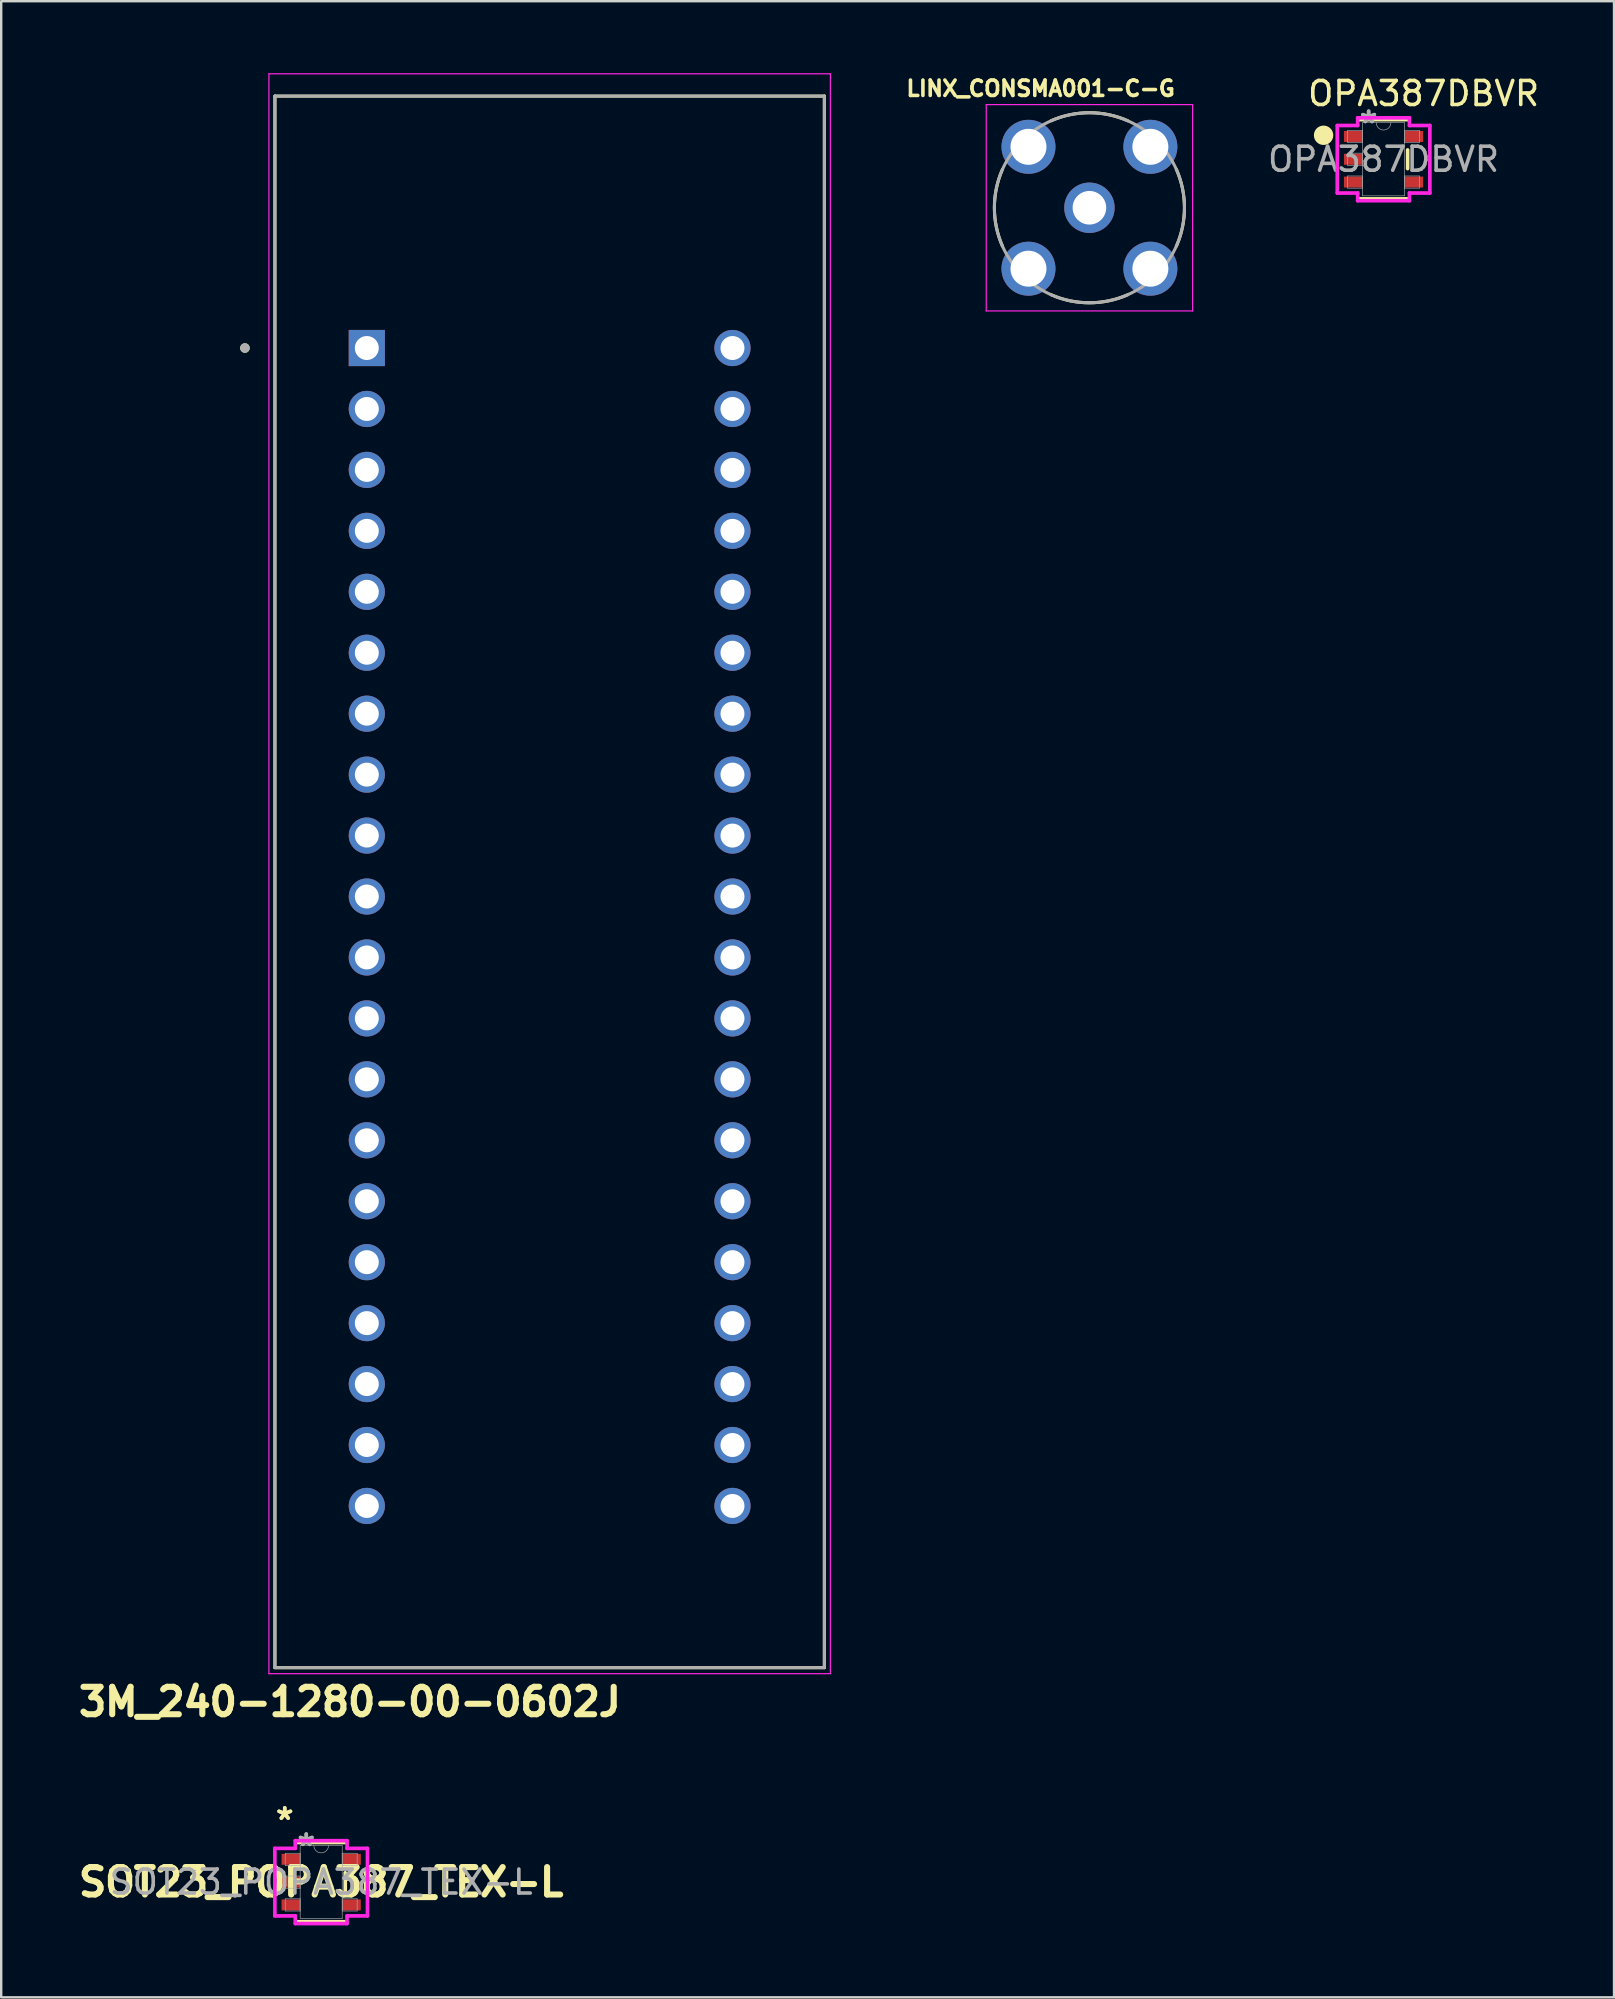
<source format=kicad_pcb>
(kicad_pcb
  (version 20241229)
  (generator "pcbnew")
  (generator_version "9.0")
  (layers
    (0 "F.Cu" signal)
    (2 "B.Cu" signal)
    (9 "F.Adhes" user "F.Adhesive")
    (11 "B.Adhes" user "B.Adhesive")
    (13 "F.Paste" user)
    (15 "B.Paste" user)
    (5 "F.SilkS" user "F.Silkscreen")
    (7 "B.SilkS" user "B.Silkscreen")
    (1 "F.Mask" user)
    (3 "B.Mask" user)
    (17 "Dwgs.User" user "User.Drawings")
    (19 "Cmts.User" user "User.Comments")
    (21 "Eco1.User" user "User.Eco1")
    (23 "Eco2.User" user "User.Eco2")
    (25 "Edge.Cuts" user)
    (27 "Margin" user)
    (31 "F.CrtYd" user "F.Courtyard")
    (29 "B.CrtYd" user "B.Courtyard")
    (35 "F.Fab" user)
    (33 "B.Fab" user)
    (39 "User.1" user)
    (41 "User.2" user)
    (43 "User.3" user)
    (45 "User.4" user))
  (footprint "3M_240-1280-00-0602J"
    (layer "F.Cu")
    (at 19.858 35.585)
    (property "Reference" "3M_240-1280-00-0602J" (at -8.325 32.295 0) (layer "F.SilkS") (effects (font (size 1.143 1.143) (thickness 0.254))))
    (attr through_hole)
    (fp_line (start -11.45 -34.63) (end -11.45 30.87) (stroke (width 0.127) (type solid)) (layer "F.SilkS"))
    (fp_line (start -11.45 30.87) (end 11.45 30.87) (stroke (width 0.127) (type solid)) (layer "F.SilkS"))
    (fp_line (start 11.45 -34.63) (end -11.45 -34.63) (stroke (width 0.127) (type solid)) (layer "F.SilkS"))
    (fp_line (start 11.45 30.87) (end 11.45 -34.63) (stroke (width 0.127) (type solid)) (layer "F.SilkS"))
    (fp_circle (center -12.7 -24.13) (end -12.6 -24.13) (stroke (width 0.2) (type solid)) (fill no) (layer "F.SilkS"))
    (fp_line (start -11.7 -35.56) (end 11.7 -35.56) (stroke (width 0.05) (type solid)) (layer "F.CrtYd"))
    (fp_line (start -11.7 31.12) (end -11.7 -35.56) (stroke (width 0.05) (type solid)) (layer "F.CrtYd"))
    (fp_line (start 11.7 -35.56) (end 11.7 31.12) (stroke (width 0.05) (type solid)) (layer "F.CrtYd"))
    (fp_line (start 11.7 31.12) (end -11.7 31.12) (stroke (width 0.05) (type solid)) (layer "F.CrtYd"))
    (fp_line (start -11.45 -34.63) (end -11.45 30.87) (stroke (width 0.127) (type solid)) (layer "F.Fab"))
    (fp_line (start -11.45 30.87) (end 11.45 30.87) (stroke (width 0.127) (type solid)) (layer "F.Fab"))
    (fp_line (start 11.45 -34.63) (end -11.45 -34.63) (stroke (width 0.127) (type solid)) (layer "F.Fab"))
    (fp_line (start 11.45 30.87) (end 11.45 -34.63) (stroke (width 0.127) (type solid)) (layer "F.Fab"))
    (fp_circle (center -12.7 -24.13) (end -12.6 -24.13) (stroke (width 0.2) (type solid)) (fill no) (layer "F.Fab"))
    (pad "1" thru_hole rect (at -7.62 -24.13) (size 1.508 1.508) (drill 1) (layers "*.Cu" "*.Mask"))
    (pad "2" thru_hole circle (at -7.62 -21.59) (size 1.508 1.508) (drill 1) (layers "*.Cu" "*.Mask"))
    (pad "3" thru_hole circle (at -7.62 -19.05) (size 1.508 1.508) (drill 1) (layers "*.Cu" "*.Mask"))
    (pad "4" thru_hole circle (at -7.62 -16.51) (size 1.508 1.508) (drill 1) (layers "*.Cu" "*.Mask"))
    (pad "5" thru_hole circle (at -7.62 -13.97) (size 1.508 1.508) (drill 1) (layers "*.Cu" "*.Mask"))
    (pad "6" thru_hole circle (at -7.62 -11.43) (size 1.508 1.508) (drill 1) (layers "*.Cu" "*.Mask"))
    (pad "7" thru_hole circle (at -7.62 -8.89) (size 1.508 1.508) (drill 1) (layers "*.Cu" "*.Mask"))
    (pad "8" thru_hole circle (at -7.62 -6.35) (size 1.508 1.508) (drill 1) (layers "*.Cu" "*.Mask"))
    (pad "9" thru_hole circle (at -7.62 -3.81) (size 1.508 1.508) (drill 1) (layers "*.Cu" "*.Mask"))
    (pad "10" thru_hole circle (at -7.62 -1.27) (size 1.508 1.508) (drill 1) (layers "*.Cu" "*.Mask"))
    (pad "11" thru_hole circle (at -7.62 1.27) (size 1.508 1.508) (drill 1) (layers "*.Cu" "*.Mask"))
    (pad "12" thru_hole circle (at -7.62 3.81) (size 1.508 1.508) (drill 1) (layers "*.Cu" "*.Mask"))
    (pad "13" thru_hole circle (at -7.62 6.35) (size 1.508 1.508) (drill 1) (layers "*.Cu" "*.Mask"))
    (pad "14" thru_hole circle (at -7.62 8.89) (size 1.508 1.508) (drill 1) (layers "*.Cu" "*.Mask"))
    (pad "15" thru_hole circle (at -7.62 11.43) (size 1.508 1.508) (drill 1) (layers "*.Cu" "*.Mask"))
    (pad "16" thru_hole circle (at -7.62 13.97) (size 1.508 1.508) (drill 1) (layers "*.Cu" "*.Mask"))
    (pad "17" thru_hole circle (at -7.62 16.51) (size 1.508 1.508) (drill 1) (layers "*.Cu" "*.Mask"))
    (pad "18" thru_hole circle (at -7.62 19.05) (size 1.508 1.508) (drill 1) (layers "*.Cu" "*.Mask"))
    (pad "19" thru_hole circle (at -7.62 21.59) (size 1.508 1.508) (drill 1) (layers "*.Cu" "*.Mask"))
    (pad "20" thru_hole circle (at -7.62 24.13) (size 1.508 1.508) (drill 1) (layers "*.Cu" "*.Mask"))
    (pad "21" thru_hole circle (at 7.62 24.13) (size 1.508 1.508) (drill 1) (layers "*.Cu" "*.Mask"))
    (pad "22" thru_hole circle (at 7.62 21.59) (size 1.508 1.508) (drill 1) (layers "*.Cu" "*.Mask"))
    (pad "23" thru_hole circle (at 7.62 19.05) (size 1.508 1.508) (drill 1) (layers "*.Cu" "*.Mask"))
    (pad "24" thru_hole circle (at 7.62 16.51) (size 1.508 1.508) (drill 1) (layers "*.Cu" "*.Mask"))
    (pad "25" thru_hole circle (at 7.62 13.97) (size 1.508 1.508) (drill 1) (layers "*.Cu" "*.Mask"))
    (pad "26" thru_hole circle (at 7.62 11.43) (size 1.508 1.508) (drill 1) (layers "*.Cu" "*.Mask"))
    (pad "27" thru_hole circle (at 7.62 8.89) (size 1.508 1.508) (drill 1) (layers "*.Cu" "*.Mask"))
    (pad "28" thru_hole circle (at 7.62 6.35) (size 1.508 1.508) (drill 1) (layers "*.Cu" "*.Mask"))
    (pad "29" thru_hole circle (at 7.62 3.81) (size 1.508 1.508) (drill 1) (layers "*.Cu" "*.Mask"))
    (pad "30" thru_hole circle (at 7.62 1.27) (size 1.508 1.508) (drill 1) (layers "*.Cu" "*.Mask"))
    (pad "31" thru_hole circle (at 7.62 -1.27) (size 1.508 1.508) (drill 1) (layers "*.Cu" "*.Mask"))
    (pad "32" thru_hole circle (at 7.62 -3.81) (size 1.508 1.508) (drill 1) (layers "*.Cu" "*.Mask"))
    (pad "33" thru_hole circle (at 7.62 -6.35) (size 1.508 1.508) (drill 1) (layers "*.Cu" "*.Mask"))
    (pad "34" thru_hole circle (at 7.62 -8.89) (size 1.508 1.508) (drill 1) (layers "*.Cu" "*.Mask"))
    (pad "35" thru_hole circle (at 7.62 -11.43) (size 1.508 1.508) (drill 1) (layers "*.Cu" "*.Mask"))
    (pad "36" thru_hole circle (at 7.62 -13.97) (size 1.508 1.508) (drill 1) (layers "*.Cu" "*.Mask"))
    (pad "37" thru_hole circle (at 7.62 -16.51) (size 1.508 1.508) (drill 1) (layers "*.Cu" "*.Mask"))
    (pad "38" thru_hole circle (at 7.62 -19.05) (size 1.508 1.508) (drill 1) (layers "*.Cu" "*.Mask"))
    (pad "39" thru_hole circle (at 7.62 -21.59) (size 1.508 1.508) (drill 1) (layers "*.Cu" "*.Mask"))
    (pad "40" thru_hole circle (at 7.62 -24.13) (size 1.508 1.508) (drill 1) (layers "*.Cu" "*.Mask")))
  (footprint "SOT23_POPA387_TEX-L"
    (layer "F.Cu")
    (at 10.336 75.393)
    (property "Reference" "SOT23_POPA387_TEX-L" (at 0 0 0) (unlocked yes) (layer "F.SilkS") (effects (font (size 1.143 1.143) (thickness 0.254))))
    (attr smd)
    (fp_line (start -1.003 1.651) (end 1.003 1.651) (stroke (width 0.152) (type solid)) (layer "F.SilkS"))
    (fp_line (start 1.003 -1.651) (end -1.003 -1.651) (stroke (width 0.152) (type solid)) (layer "F.SilkS"))
    (fp_line (start 1.003 0.389) (end 1.003 -0.389) (stroke (width 0.152) (type solid)) (layer "F.SilkS"))
    (fp_line (start -1.93 -1.407) (end -1.079 -1.407) (stroke (width 0.152) (type solid)) (layer "F.CrtYd"))
    (fp_line (start -1.93 1.407) (end -1.93 -1.407) (stroke (width 0.152) (type solid)) (layer "F.CrtYd"))
    (fp_line (start -1.079 -1.727) (end 1.079 -1.727) (stroke (width 0.152) (type solid)) (layer "F.CrtYd"))
    (fp_line (start -1.079 -1.407) (end -1.079 -1.727) (stroke (width 0.152) (type solid)) (layer "F.CrtYd"))
    (fp_line (start -1.079 1.407) (end -1.93 1.407) (stroke (width 0.152) (type solid)) (layer "F.CrtYd"))
    (fp_line (start -1.079 1.727) (end -1.079 1.407) (stroke (width 0.152) (type solid)) (layer "F.CrtYd"))
    (fp_line (start 1.079 -1.727) (end 1.079 -1.407) (stroke (width 0.152) (type solid)) (layer "F.CrtYd"))
    (fp_line (start 1.079 -1.407) (end 1.93 -1.407) (stroke (width 0.152) (type solid)) (layer "F.CrtYd"))
    (fp_line (start 1.079 1.407) (end 1.079 1.727) (stroke (width 0.152) (type solid)) (layer "F.CrtYd"))
    (fp_line (start 1.079 1.727) (end -1.079 1.727) (stroke (width 0.152) (type solid)) (layer "F.CrtYd"))
    (fp_line (start 1.93 -1.407) (end 1.93 1.407) (stroke (width 0.152) (type solid)) (layer "F.CrtYd"))
    (fp_line (start 1.93 1.407) (end 1.079 1.407) (stroke (width 0.152) (type solid)) (layer "F.CrtYd"))
    (fp_line (start -1.499 -1.204) (end -1.499 -0.696) (stroke (width 0.025) (type solid)) (layer "F.Fab"))
    (fp_line (start -1.499 -0.696) (end -0.876 -0.696) (stroke (width 0.025) (type solid)) (layer "F.Fab"))
    (fp_line (start -1.499 -0.254) (end -1.499 0.254) (stroke (width 0.025) (type solid)) (layer "F.Fab"))
    (fp_line (start -1.499 0.254) (end -0.876 0.254) (stroke (width 0.025) (type solid)) (layer "F.Fab"))
    (fp_line (start -1.499 0.696) (end -1.499 1.204) (stroke (width 0.025) (type solid)) (layer "F.Fab"))
    (fp_line (start -1.499 1.204) (end -0.876 1.204) (stroke (width 0.025) (type solid)) (layer "F.Fab"))
    (fp_line (start -0.876 -1.524) (end -0.876 1.524) (stroke (width 0.025) (type solid)) (layer "F.Fab"))
    (fp_line (start -0.876 -1.204) (end -1.499 -1.204) (stroke (width 0.025) (type solid)) (layer "F.Fab"))
    (fp_line (start -0.876 -0.696) (end -0.876 -1.204) (stroke (width 0.025) (type solid)) (layer "F.Fab"))
    (fp_line (start -0.876 -0.254) (end -1.499 -0.254) (stroke (width 0.025) (type solid)) (layer "F.Fab"))
    (fp_line (start -0.876 0.254) (end -0.876 -0.254) (stroke (width 0.025) (type solid)) (layer "F.Fab"))
    (fp_line (start -0.876 0.696) (end -1.499 0.696) (stroke (width 0.025) (type solid)) (layer "F.Fab"))
    (fp_line (start -0.876 1.204) (end -0.876 0.696) (stroke (width 0.025) (type solid)) (layer "F.Fab"))
    (fp_line (start -0.876 1.524) (end 0.876 1.524) (stroke (width 0.025) (type solid)) (layer "F.Fab"))
    (fp_line (start 0.876 -1.524) (end -0.876 -1.524) (stroke (width 0.025) (type solid)) (layer "F.Fab"))
    (fp_line (start 0.876 -1.204) (end 0.876 -0.696) (stroke (width 0.025) (type solid)) (layer "F.Fab"))
    (fp_line (start 0.876 -0.696) (end 1.499 -0.696) (stroke (width 0.025) (type solid)) (layer "F.Fab"))
    (fp_line (start 0.876 0.696) (end 0.876 1.204) (stroke (width 0.025) (type solid)) (layer "F.Fab"))
    (fp_line (start 0.876 1.204) (end 1.499 1.204) (stroke (width 0.025) (type solid)) (layer "F.Fab"))
    (fp_line (start 0.876 1.524) (end 0.876 -1.524) (stroke (width 0.025) (type solid)) (layer "F.Fab"))
    (fp_line (start 1.499 -1.204) (end 0.876 -1.204) (stroke (width 0.025) (type solid)) (layer "F.Fab"))
    (fp_line (start 1.499 -0.696) (end 1.499 -1.204) (stroke (width 0.025) (type solid)) (layer "F.Fab"))
    (fp_line (start 1.499 0.696) (end 0.876 0.696) (stroke (width 0.025) (type solid)) (layer "F.Fab"))
    (fp_line (start 1.499 1.204) (end 1.499 0.696) (stroke (width 0.025) (type solid)) (layer "F.Fab"))
    (fp_arc (start 0.3048 -1.524) (mid 0 -1.2192) (end -0.3048 -1.524) (stroke (width 0.0254) (type solid)) (layer "F.Fab"))
    (fp_text user "*" (at -1.518 -2.55 0) (unlocked yes) (layer "F.SilkS") (effects (font (size 1 1) (thickness 0.15))))
    (fp_text user "*" (at -1.518 -2.55 0) (layer "F.SilkS") (effects (font (size 1 1) (thickness 0.15))))
    (fp_text user "*" (at -0.622 -1.458 0) (layer "F.Fab") (effects (font (size 1 1) (thickness 0.15))))
    (fp_text user "*" (at -0.622 -1.458 0) (unlocked yes) (layer "F.Fab") (effects (font (size 1 1) (thickness 0.15))))
    (fp_text user "${REFERENCE}" (at 0 0 0) (unlocked yes) (layer "F.Fab") (effects (font (size 1 1) (thickness 0.15))))
    (pad "1" smd rect (at -1.264 -0.95) (size 0.775 0.457) (layers "F.Cu" "F.Mask" "F.Paste"))
    (pad "2" smd rect (at -1.264 0) (size 0.775 0.457) (layers "F.Cu" "F.Mask" "F.Paste"))
    (pad "3" smd rect (at -1.264 0.95) (size 0.775 0.457) (layers "F.Cu" "F.Mask" "F.Paste"))
    (pad "4" smd rect (at 1.264 0.95) (size 0.775 0.457) (layers "F.Cu" "F.Mask" "F.Paste"))
    (pad "5" smd rect (at 1.264 -0.95) (size 0.775 0.457) (layers "F.Cu" "F.Mask" "F.Paste")))
  (footprint "LINX_CONSMA001-C-G"
    (layer "F.Cu")
    (at 42.355 5.609)
    (property "Reference" "LINX_CONSMA001-C-G" (at -2.033 -4.971 0) (layer "F.SilkS") (effects (font (size 0.64 0.64) (thickness 0.15))))
    (attr through_hole)
    (fp_arc (start -3.625 1.6) (mid -3.961444 0) (end -3.625 -1.6) (stroke (width 0.127) (type solid)) (layer "F.SilkS"))
    (fp_arc (start -1.6 -3.625) (mid 0 -3.961444) (end 1.6 -3.625) (stroke (width 0.127) (type solid)) (layer "F.SilkS"))
    (fp_arc (start 1.6 3.625) (mid 0 3.961444) (end -1.6 3.625) (stroke (width 0.127) (type solid)) (layer "F.SilkS"))
    (fp_arc (start 3.625 -1.6) (mid 3.961444 0) (end 3.625 1.6) (stroke (width 0.127) (type solid)) (layer "F.SilkS"))
    (fp_line (start -4.3 -4.3) (end 4.3 -4.3) (stroke (width 0.05) (type solid)) (layer "F.CrtYd"))
    (fp_line (start -4.3 4.3) (end -4.3 -4.3) (stroke (width 0.05) (type solid)) (layer "F.CrtYd"))
    (fp_line (start 4.3 -4.3) (end 4.3 4.3) (stroke (width 0.05) (type solid)) (layer "F.CrtYd"))
    (fp_line (start 4.3 4.3) (end -4.3 4.3) (stroke (width 0.05) (type solid)) (layer "F.CrtYd"))
    (fp_circle (center 0 0) (end 3.96 0) (stroke (width 0.127) (type solid)) (fill no) (layer "F.Fab"))
    (pad "1" thru_hole circle (at 0 0) (size 2.1 2.1) (drill 1.4) (layers "*.Cu" "*.Mask"))
    (pad "S1" thru_hole circle (at -2.54 -2.54) (size 2.25 2.25) (drill 1.5) (layers "*.Cu" "*.Mask"))
    (pad "S2" thru_hole circle (at -2.54 2.54) (size 2.25 2.25) (drill 1.5) (layers "*.Cu" "*.Mask"))
    (pad "S3" thru_hole circle (at 2.54 2.54) (size 2.25 2.25) (drill 1.5) (layers "*.Cu" "*.Mask"))
    (pad "S4" thru_hole circle (at 2.54 -2.54) (size 2.25 2.25) (drill 1.5) (layers "*.Cu" "*.Mask")))
  (footprint "OPA387DBVR"
    (layer "F.Cu")
    (at 54.614 3.588)
    (property "Reference" "OPA387DBVR" (at 1.67 -2.74 0) (unlocked yes) (layer "F.SilkS") (effects (font (size 1 1) (thickness 0.15))))
    (attr smd)
    (fp_line (start -1.003 1.651) (end 1.003 1.651) (stroke (width 0.152) (type solid)) (layer "F.SilkS"))
    (fp_line (start 1.003 -1.651) (end -1.003 -1.651) (stroke (width 0.152) (type solid)) (layer "F.SilkS"))
    (fp_line (start 1.003 0.389) (end 1.003 -0.389) (stroke (width 0.152) (type solid)) (layer "F.SilkS"))
    (fp_circle (center -2.5 -1) (end -2.146 -1) (stroke (width 0.1) (type solid)) (fill yes) (layer "F.SilkS"))
    (fp_line (start -1.93 -1.407) (end -1.079 -1.407) (stroke (width 0.152) (type solid)) (layer "F.CrtYd"))
    (fp_line (start -1.93 1.407) (end -1.93 -1.407) (stroke (width 0.152) (type solid)) (layer "F.CrtYd"))
    (fp_line (start -1.079 -1.727) (end 1.079 -1.727) (stroke (width 0.152) (type solid)) (layer "F.CrtYd"))
    (fp_line (start -1.079 -1.407) (end -1.079 -1.727) (stroke (width 0.152) (type solid)) (layer "F.CrtYd"))
    (fp_line (start -1.079 1.407) (end -1.93 1.407) (stroke (width 0.152) (type solid)) (layer "F.CrtYd"))
    (fp_line (start -1.079 1.727) (end -1.079 1.407) (stroke (width 0.152) (type solid)) (layer "F.CrtYd"))
    (fp_line (start 1.079 -1.727) (end 1.079 -1.407) (stroke (width 0.152) (type solid)) (layer "F.CrtYd"))
    (fp_line (start 1.079 -1.407) (end 1.93 -1.407) (stroke (width 0.152) (type solid)) (layer "F.CrtYd"))
    (fp_line (start 1.079 1.407) (end 1.079 1.727) (stroke (width 0.152) (type solid)) (layer "F.CrtYd"))
    (fp_line (start 1.079 1.727) (end -1.079 1.727) (stroke (width 0.152) (type solid)) (layer "F.CrtYd"))
    (fp_line (start 1.93 -1.407) (end 1.93 1.407) (stroke (width 0.152) (type solid)) (layer "F.CrtYd"))
    (fp_line (start 1.93 1.407) (end 1.079 1.407) (stroke (width 0.152) (type solid)) (layer "F.CrtYd"))
    (fp_line (start -1.499 -1.204) (end -1.499 -0.696) (stroke (width 0.025) (type solid)) (layer "F.Fab"))
    (fp_line (start -1.499 -0.696) (end -0.876 -0.696) (stroke (width 0.025) (type solid)) (layer "F.Fab"))
    (fp_line (start -1.499 -0.254) (end -1.499 0.254) (stroke (width 0.025) (type solid)) (layer "F.Fab"))
    (fp_line (start -1.499 0.254) (end -0.876 0.254) (stroke (width 0.025) (type solid)) (layer "F.Fab"))
    (fp_line (start -1.499 0.696) (end -1.499 1.204) (stroke (width 0.025) (type solid)) (layer "F.Fab"))
    (fp_line (start -1.499 1.204) (end -0.876 1.204) (stroke (width 0.025) (type solid)) (layer "F.Fab"))
    (fp_line (start -0.876 -1.524) (end -0.876 1.524) (stroke (width 0.025) (type solid)) (layer "F.Fab"))
    (fp_line (start -0.876 -1.204) (end -1.499 -1.204) (stroke (width 0.025) (type solid)) (layer "F.Fab"))
    (fp_line (start -0.876 -0.696) (end -0.876 -1.204) (stroke (width 0.025) (type solid)) (layer "F.Fab"))
    (fp_line (start -0.876 -0.254) (end -1.499 -0.254) (stroke (width 0.025) (type solid)) (layer "F.Fab"))
    (fp_line (start -0.876 0.254) (end -0.876 -0.254) (stroke (width 0.025) (type solid)) (layer "F.Fab"))
    (fp_line (start -0.876 0.696) (end -1.499 0.696) (stroke (width 0.025) (type solid)) (layer "F.Fab"))
    (fp_line (start -0.876 1.204) (end -0.876 0.696) (stroke (width 0.025) (type solid)) (layer "F.Fab"))
    (fp_line (start -0.876 1.524) (end 0.876 1.524) (stroke (width 0.025) (type solid)) (layer "F.Fab"))
    (fp_line (start 0.876 -1.524) (end -0.876 -1.524) (stroke (width 0.025) (type solid)) (layer "F.Fab"))
    (fp_line (start 0.876 -1.204) (end 0.876 -0.696) (stroke (width 0.025) (type solid)) (layer "F.Fab"))
    (fp_line (start 0.876 -0.696) (end 1.499 -0.696) (stroke (width 0.025) (type solid)) (layer "F.Fab"))
    (fp_line (start 0.876 0.696) (end 0.876 1.204) (stroke (width 0.025) (type solid)) (layer "F.Fab"))
    (fp_line (start 0.876 1.204) (end 1.499 1.204) (stroke (width 0.025) (type solid)) (layer "F.Fab"))
    (fp_line (start 0.876 1.524) (end 0.876 -1.524) (stroke (width 0.025) (type solid)) (layer "F.Fab"))
    (fp_line (start 1.499 -1.204) (end 0.876 -1.204) (stroke (width 0.025) (type solid)) (layer "F.Fab"))
    (fp_line (start 1.499 -0.696) (end 1.499 -1.204) (stroke (width 0.025) (type solid)) (layer "F.Fab"))
    (fp_line (start 1.499 0.696) (end 0.876 0.696) (stroke (width 0.025) (type solid)) (layer "F.Fab"))
    (fp_line (start 1.499 1.204) (end 1.499 0.696) (stroke (width 0.025) (type solid)) (layer "F.Fab"))
    (fp_arc (start 0.3048 -1.524) (mid 0 -1.2192) (end -0.3048 -1.524) (stroke (width 0.0254) (type solid)) (layer "F.Fab"))
    (fp_text user "*" (at -0.622 -1.458 0) (unlocked yes) (layer "F.Fab") (effects (font (size 1 1) (thickness 0.15))))
    (fp_text user "*" (at -0.622 -1.458 0) (layer "F.Fab") (effects (font (size 1 1) (thickness 0.15))))
    (fp_text user "${REFERENCE}" (at 0 0 0) (unlocked yes) (layer "F.Fab") (effects (font (size 1 1) (thickness 0.15))))
    (pad "1" smd rect (at -1.264 -0.95) (size 0.775 0.457) (layers "F.Cu" "F.Mask" "F.Paste"))
    (pad "2" smd rect (at -1.264 0) (size 0.775 0.457) (layers "F.Cu" "F.Mask" "F.Paste"))
    (pad "3" smd rect (at -1.264 0.95) (size 0.775 0.457) (layers "F.Cu" "F.Mask" "F.Paste"))
    (pad "4" smd rect (at 1.264 0.95) (size 0.775 0.457) (layers "F.Cu" "F.Mask" "F.Paste"))
    (pad "5" smd rect (at 1.264 -0.95) (size 0.775 0.457) (layers "F.Cu" "F.Mask" "F.Paste")))
  (gr_rect
    (start -3 -3)
    (end 64.219 80.196)
    (stroke (width 0.1) (type default))
    (fill no)
    (layer "Edge.Cuts")))
</source>
